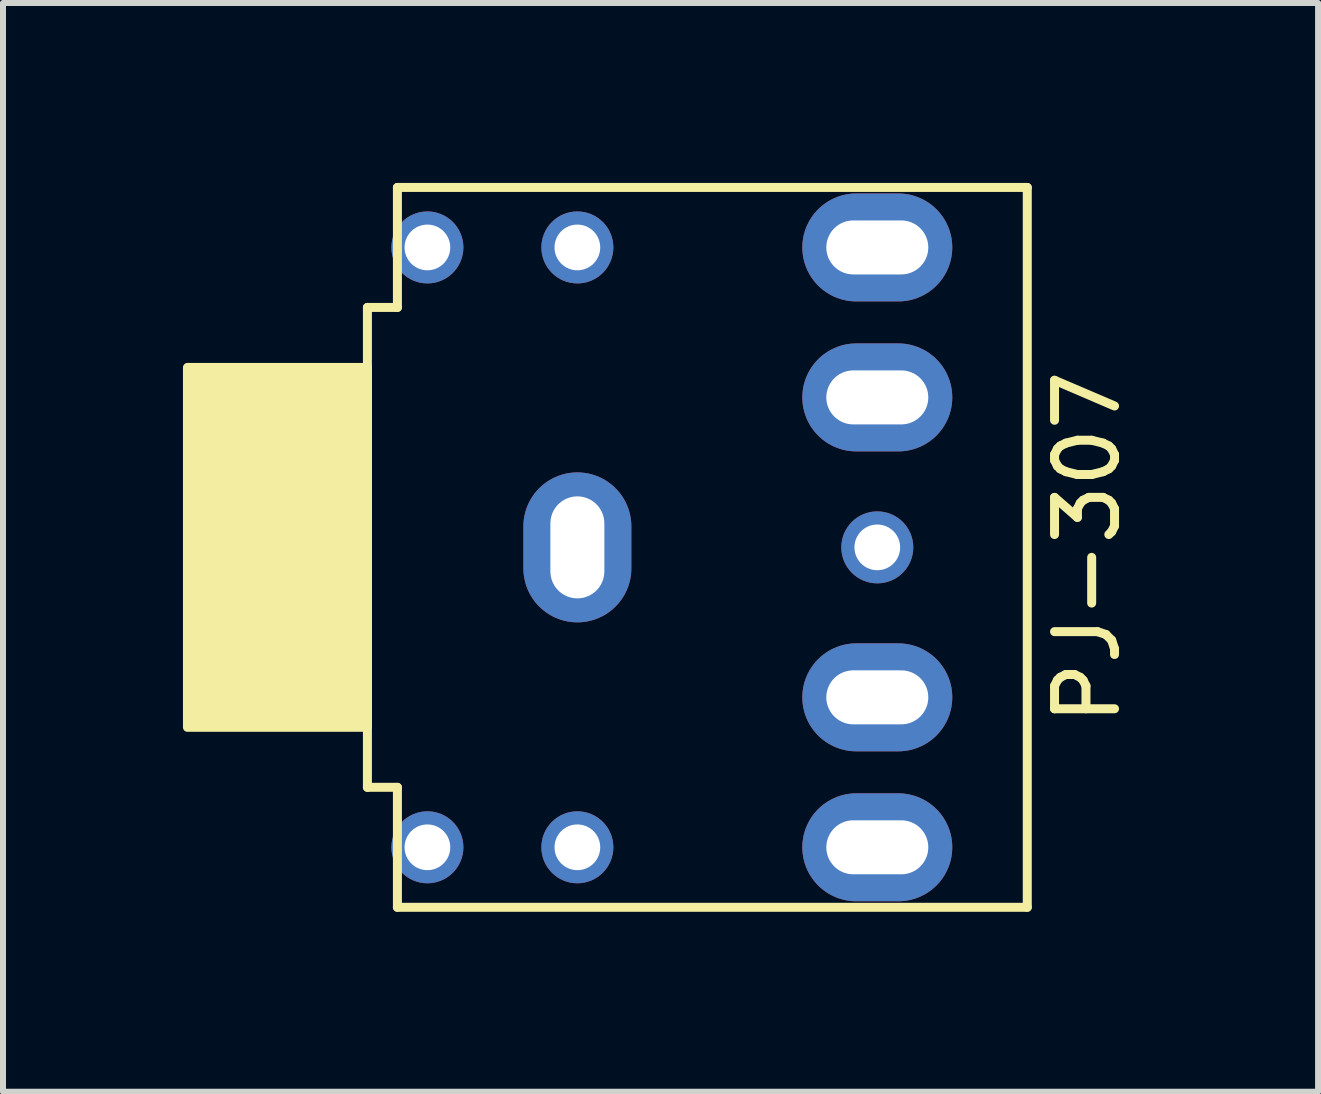
<source format=kicad_pcb>
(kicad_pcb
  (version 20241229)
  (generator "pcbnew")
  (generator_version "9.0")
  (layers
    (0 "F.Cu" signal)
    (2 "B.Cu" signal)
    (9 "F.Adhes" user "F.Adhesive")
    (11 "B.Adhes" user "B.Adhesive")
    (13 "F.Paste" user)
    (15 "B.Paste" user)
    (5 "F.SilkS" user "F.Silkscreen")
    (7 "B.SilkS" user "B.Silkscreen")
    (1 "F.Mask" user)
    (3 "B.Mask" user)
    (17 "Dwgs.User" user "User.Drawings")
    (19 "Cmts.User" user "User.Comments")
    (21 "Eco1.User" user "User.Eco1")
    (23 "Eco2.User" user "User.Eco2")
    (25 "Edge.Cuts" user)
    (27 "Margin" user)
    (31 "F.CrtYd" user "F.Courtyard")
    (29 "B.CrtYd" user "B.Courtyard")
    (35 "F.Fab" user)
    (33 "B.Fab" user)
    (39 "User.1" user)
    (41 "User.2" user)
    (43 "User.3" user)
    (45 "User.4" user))
  (footprint "PJ-307"
    (layer "F.Cu")
    (at 9.575 6.075)
    (property "Reference" "PJ-307" (at 5.5 0 270) (layer "F.SilkS") (effects (font (size 1 1) (thickness 0.15))))
    (attr through_hole)
    (fp_line (start -6.5 4) (end -6.5 -4) (stroke (width 0.15) (type solid)) (layer "F.SilkS"))
    (fp_line (start -6 -6) (end -6 -4) (stroke (width 0.15) (type solid)) (layer "F.SilkS"))
    (fp_line (start -6 -6) (end 4.5 -6) (stroke (width 0.15) (type solid)) (layer "F.SilkS"))
    (fp_line (start -6 -4) (end -6.5 -4) (stroke (width 0.15) (type solid)) (layer "F.SilkS"))
    (fp_line (start -6 4) (end -6.5 4) (stroke (width 0.15) (type solid)) (layer "F.SilkS"))
    (fp_line (start -6 6) (end -6 4) (stroke (width 0.15) (type solid)) (layer "F.SilkS"))
    (fp_line (start 4.5 -6) (end 4.5 6) (stroke (width 0.15) (type solid)) (layer "F.SilkS"))
    (fp_line (start 4.5 6) (end -6 6) (stroke (width 0.15) (type solid)) (layer "F.SilkS"))
    (fp_poly (pts (xy -6.5 -3) (xy -6.5 3) (xy -9.5 3) (xy -9.5 -3)) (stroke (width 0.15) (type solid)) (fill yes) (layer "F.SilkS"))
    (pad "" np_thru_hole circle (at -5.5 -5) (size 1.2 1.2) (drill 0.762) (layers "*.Cu" "*.Mask"))
    (pad "" np_thru_hole circle (at -5.5 5) (size 1.2 1.2) (drill 0.762) (layers "*.Cu" "*.Mask"))
    (pad "" np_thru_hole circle (at -3 -5) (size 1.2 1.2) (drill 0.762) (layers "*.Cu" "*.Mask"))
    (pad "" np_thru_hole circle (at -3 5) (size 1.2 1.2) (drill 0.762) (layers "*.Cu" "*.Mask"))
    (pad "" np_thru_hole circle (at 2 0) (size 1.2 1.2) (drill 0.762) (layers "*.Cu" "*.Mask"))
    (pad "G" thru_hole oval (at -3 0 90) (size 2.5 1.8) (drill oval 1.7 0.9) (layers "*.Cu" "*.Mask"))
    (pad "S" thru_hole oval (at 2 -5) (size 2.5 1.8) (drill oval 1.7 0.9) (layers "*.Cu" "*.Mask"))
    (pad "S" thru_hole oval (at 2 -2.5) (size 2.5 1.8) (drill oval 1.7 0.9) (layers "*.Cu" "*.Mask"))
    (pad "T" thru_hole oval (at 2 2.5) (size 2.5 1.8) (drill oval 1.7 0.9) (layers "*.Cu" "*.Mask"))
    (pad "T" thru_hole oval (at 2 5) (size 2.5 1.8) (drill oval 1.7 0.9) (layers "*.Cu" "*.Mask")))
  (gr_rect
    (start -3 -3)
    (end 18.923 15.15)
    (stroke (width 0.1) (type default))
    (fill no)
    (layer "Edge.Cuts")))
</source>
